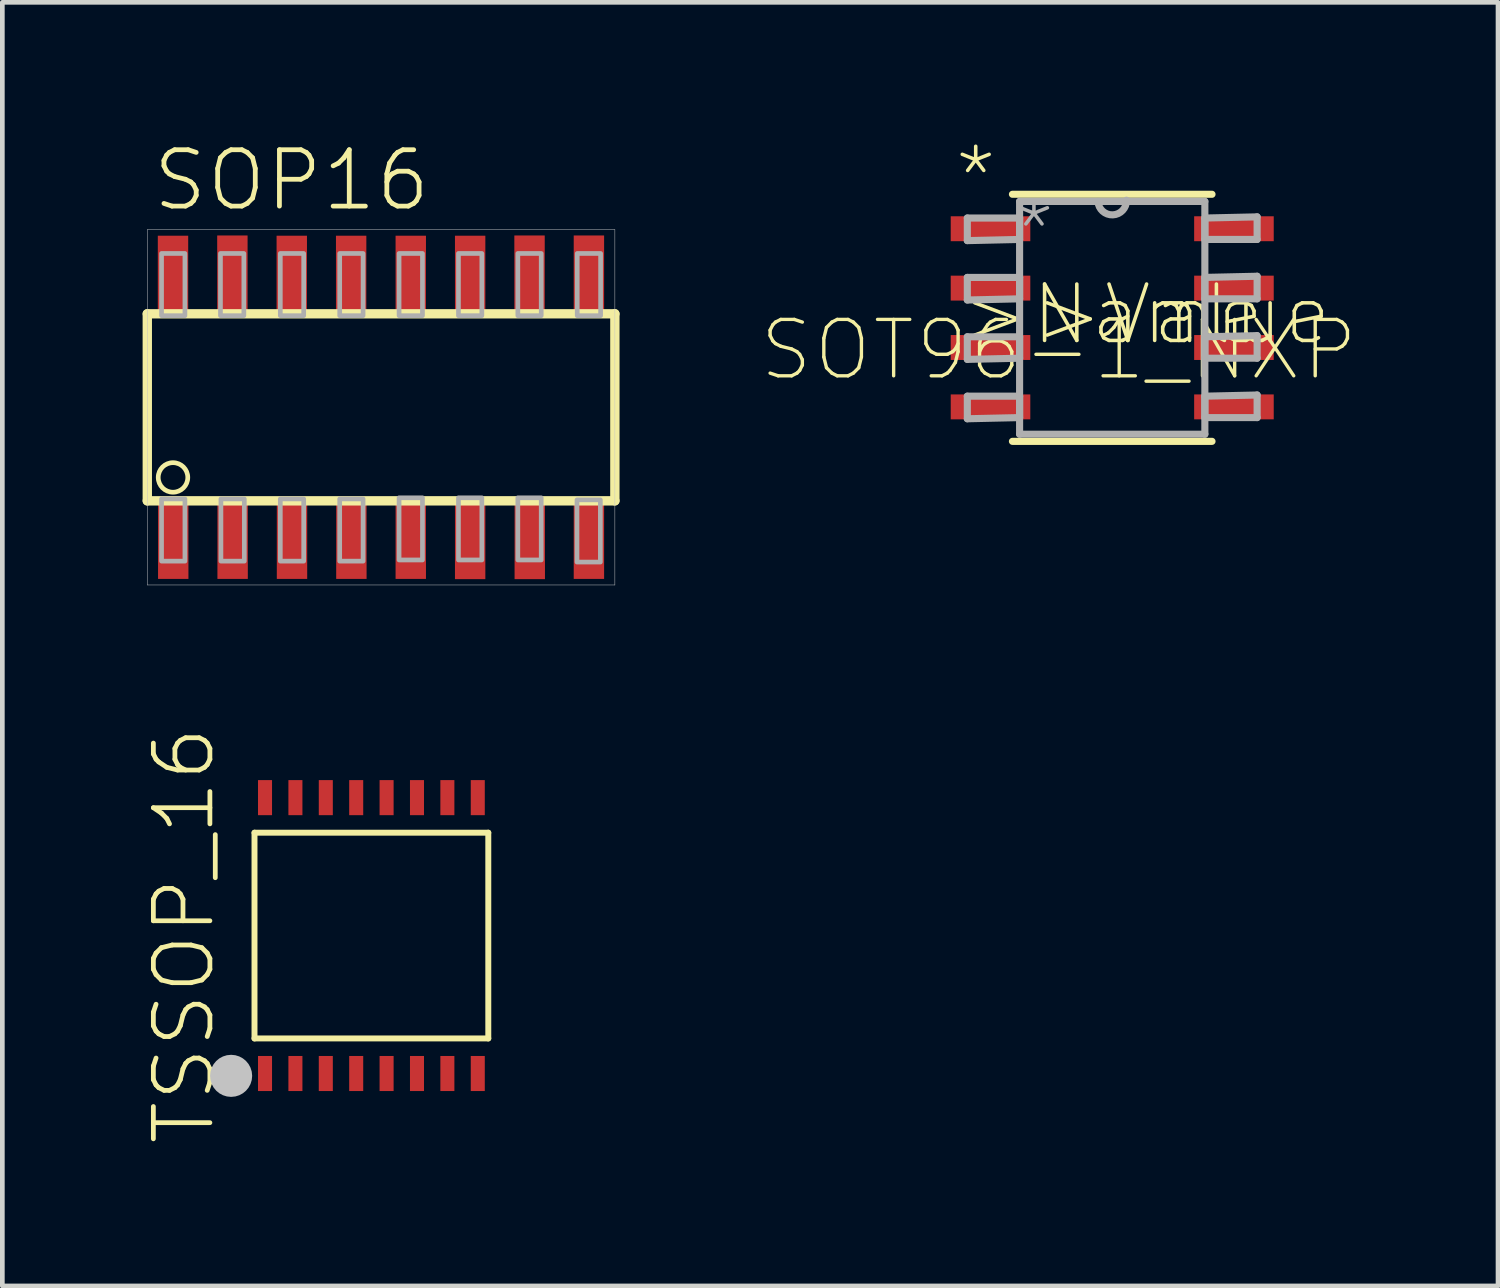
<source format=kicad_pcb>
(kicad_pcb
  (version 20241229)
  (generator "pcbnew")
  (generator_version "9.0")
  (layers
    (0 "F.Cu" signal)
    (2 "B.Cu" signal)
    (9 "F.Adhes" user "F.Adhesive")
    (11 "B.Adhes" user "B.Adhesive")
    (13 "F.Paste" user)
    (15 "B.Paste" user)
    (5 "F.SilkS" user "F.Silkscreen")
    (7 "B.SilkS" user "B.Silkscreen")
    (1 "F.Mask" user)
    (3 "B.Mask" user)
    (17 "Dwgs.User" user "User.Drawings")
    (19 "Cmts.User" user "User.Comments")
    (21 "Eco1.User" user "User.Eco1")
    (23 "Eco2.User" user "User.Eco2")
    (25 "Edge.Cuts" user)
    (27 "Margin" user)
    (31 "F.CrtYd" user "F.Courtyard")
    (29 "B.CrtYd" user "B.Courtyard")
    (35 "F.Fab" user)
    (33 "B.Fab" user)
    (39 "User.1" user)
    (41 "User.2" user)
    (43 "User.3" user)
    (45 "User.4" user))
  (footprint "TSSOP_16"
    (layer "F.Cu")
    (at 4.893 16.959)
    (property "Reference" "TSSOP_16" (at -4.008 0 90) (layer "F.SilkS") (effects (font (size 1.209 1.209) (thickness 0.102))))
    (attr through_hole)
    (fp_line (start -2.5 -2.2) (end 2.5 -2.2) (stroke (width 0.127) (type solid)) (layer "F.SilkS"))
    (fp_line (start -2.5 2.2) (end -2.5 -2.2) (stroke (width 0.127) (type solid)) (layer "F.SilkS"))
    (fp_line (start 2.5 -2.2) (end 2.5 2.2) (stroke (width 0.127) (type solid)) (layer "F.SilkS"))
    (fp_line (start 2.5 2.2) (end -2.5 2.2) (stroke (width 0.127) (type solid)) (layer "F.SilkS"))
    (fp_circle (center -3 3) (end -2.825 3) (stroke (width 0.35) (type solid)) (fill no) (layer "F.SilkS"))
    (fp_circle (center -3 3) (end -2.775 3) (stroke (width 0.45) (type solid)) (fill no) (layer "Dwgs.User"))
    (pad "1" smd rect (at -2.275 2.95) (size 0.3 0.75) (layers "F.Cu" "F.Mask" "F.Paste"))
    (pad "2" smd rect (at -1.625 2.95) (size 0.3 0.75) (layers "F.Cu" "F.Mask" "F.Paste"))
    (pad "3" smd rect (at -0.975 2.95) (size 0.3 0.75) (layers "F.Cu" "F.Mask" "F.Paste"))
    (pad "4" smd rect (at -0.325 2.95) (size 0.3 0.75) (layers "F.Cu" "F.Mask" "F.Paste"))
    (pad "5" smd rect (at 0.325 2.95) (size 0.3 0.75) (layers "F.Cu" "F.Mask" "F.Paste"))
    (pad "6" smd rect (at 0.975 2.95) (size 0.3 0.75) (layers "F.Cu" "F.Mask" "F.Paste"))
    (pad "7" smd rect (at 1.625 2.95) (size 0.3 0.75) (layers "F.Cu" "F.Mask" "F.Paste"))
    (pad "8" smd rect (at 2.275 2.95) (size 0.3 0.75) (layers "F.Cu" "F.Mask" "F.Paste"))
    (pad "9" smd rect (at 2.275 -2.95) (size 0.3 0.75) (layers "F.Cu" "F.Mask" "F.Paste"))
    (pad "10" smd rect (at 1.625 -2.95) (size 0.3 0.75) (layers "F.Cu" "F.Mask" "F.Paste"))
    (pad "11" smd rect (at 0.975 -2.95) (size 0.3 0.75) (layers "F.Cu" "F.Mask" "F.Paste"))
    (pad "12" smd rect (at 0.325 -2.95) (size 0.3 0.75) (layers "F.Cu" "F.Mask" "F.Paste"))
    (pad "13" smd rect (at -0.325 -2.95) (size 0.3 0.75) (layers "F.Cu" "F.Mask" "F.Paste"))
    (pad "14" smd rect (at -0.975 -2.95) (size 0.3 0.75) (layers "F.Cu" "F.Mask" "F.Paste"))
    (pad "15" smd rect (at -1.625 -2.95) (size 0.3 0.75) (layers "F.Cu" "F.Mask" "F.Paste"))
    (pad "16" smd rect (at -2.275 -2.95) (size 0.3 0.75) (layers "F.Cu" "F.Mask" "F.Paste")))
  (footprint "SOT96-1_NXP"
    (layer "F.Cu")
    (at 20.737 3.747)
    (property "Reference" "SOT96-1_NXP" (at -1.143 0.686 0) (layer "F.SilkS") (effects (font (size 1.206 1.206) (thickness 0.072))))
    (attr through_hole)
    (fp_line (start -2.134 2.642) (end 2.134 2.642) (stroke (width 0.152) (type solid)) (layer "F.SilkS"))
    (fp_line (start 2.134 -2.642) (end -2.134 -2.642) (stroke (width 0.152) (type solid)) (layer "F.SilkS"))
    (fp_line (start -3.099 -2.134) (end -3.099 -1.651) (stroke (width 0.152) (type solid)) (layer "F.Fab"))
    (fp_line (start -3.099 -1.651) (end -1.981 -1.676) (stroke (width 0.152) (type solid)) (layer "F.Fab"))
    (fp_line (start -3.099 -0.864) (end -3.099 -0.381) (stroke (width 0.152) (type solid)) (layer "F.Fab"))
    (fp_line (start -3.099 -0.381) (end -1.981 -0.406) (stroke (width 0.152) (type solid)) (layer "F.Fab"))
    (fp_line (start -3.099 0.406) (end -3.099 0.889) (stroke (width 0.152) (type solid)) (layer "F.Fab"))
    (fp_line (start -3.099 0.889) (end -1.981 0.864) (stroke (width 0.152) (type solid)) (layer "F.Fab"))
    (fp_line (start -3.099 1.676) (end -3.099 2.159) (stroke (width 0.152) (type solid)) (layer "F.Fab"))
    (fp_line (start -3.099 2.159) (end -1.981 2.134) (stroke (width 0.152) (type solid)) (layer "F.Fab"))
    (fp_line (start -1.981 -2.489) (end -1.981 2.489) (stroke (width 0.152) (type solid)) (layer "F.Fab"))
    (fp_line (start -1.981 -2.134) (end -3.099 -2.134) (stroke (width 0.152) (type solid)) (layer "F.Fab"))
    (fp_line (start -1.981 -1.676) (end -1.981 -2.134) (stroke (width 0.152) (type solid)) (layer "F.Fab"))
    (fp_line (start -1.981 -0.864) (end -3.099 -0.864) (stroke (width 0.152) (type solid)) (layer "F.Fab"))
    (fp_line (start -1.981 -0.406) (end -1.981 -0.864) (stroke (width 0.152) (type solid)) (layer "F.Fab"))
    (fp_line (start -1.981 0.406) (end -3.099 0.406) (stroke (width 0.152) (type solid)) (layer "F.Fab"))
    (fp_line (start -1.981 0.864) (end -1.981 0.406) (stroke (width 0.152) (type solid)) (layer "F.Fab"))
    (fp_line (start -1.981 1.676) (end -3.099 1.676) (stroke (width 0.152) (type solid)) (layer "F.Fab"))
    (fp_line (start -1.981 2.134) (end -1.981 1.676) (stroke (width 0.152) (type solid)) (layer "F.Fab"))
    (fp_line (start -1.981 2.489) (end 1.981 2.489) (stroke (width 0.152) (type solid)) (layer "F.Fab"))
    (fp_line (start -0.305 -2.489) (end -1.981 -2.489) (stroke (width 0.152) (type solid)) (layer "F.Fab"))
    (fp_line (start 1.981 -2.489) (end -0.305 -2.489) (stroke (width 0.152) (type solid)) (layer "F.Fab"))
    (fp_line (start 1.981 -2.134) (end 1.981 -1.676) (stroke (width 0.152) (type solid)) (layer "F.Fab"))
    (fp_line (start 1.981 -1.676) (end 3.099 -1.676) (stroke (width 0.152) (type solid)) (layer "F.Fab"))
    (fp_line (start 1.981 -0.864) (end 1.981 -0.406) (stroke (width 0.152) (type solid)) (layer "F.Fab"))
    (fp_line (start 1.981 -0.406) (end 3.099 -0.406) (stroke (width 0.152) (type solid)) (layer "F.Fab"))
    (fp_line (start 1.981 0.406) (end 1.981 0.864) (stroke (width 0.152) (type solid)) (layer "F.Fab"))
    (fp_line (start 1.981 0.864) (end 3.099 0.864) (stroke (width 0.152) (type solid)) (layer "F.Fab"))
    (fp_line (start 1.981 1.676) (end 1.981 2.134) (stroke (width 0.152) (type solid)) (layer "F.Fab"))
    (fp_line (start 1.981 2.134) (end 3.099 2.134) (stroke (width 0.152) (type solid)) (layer "F.Fab"))
    (fp_line (start 1.981 2.489) (end 1.981 -2.489) (stroke (width 0.152) (type solid)) (layer "F.Fab"))
    (fp_line (start 3.099 -2.159) (end 1.981 -2.134) (stroke (width 0.152) (type solid)) (layer "F.Fab"))
    (fp_line (start 3.099 -1.676) (end 3.099 -2.159) (stroke (width 0.152) (type solid)) (layer "F.Fab"))
    (fp_line (start 3.099 -0.889) (end 1.981 -0.864) (stroke (width 0.152) (type solid)) (layer "F.Fab"))
    (fp_line (start 3.099 -0.406) (end 3.099 -0.889) (stroke (width 0.152) (type solid)) (layer "F.Fab"))
    (fp_line (start 3.099 0.381) (end 1.981 0.406) (stroke (width 0.152) (type solid)) (layer "F.Fab"))
    (fp_line (start 3.099 0.864) (end 3.099 0.381) (stroke (width 0.152) (type solid)) (layer "F.Fab"))
    (fp_line (start 3.099 1.651) (end 1.981 1.676) (stroke (width 0.152) (type solid)) (layer "F.Fab"))
    (fp_line (start 3.099 2.134) (end 3.099 1.651) (stroke (width 0.152) (type solid)) (layer "F.Fab"))
    (fp_arc (start 0.3048 -2.5146) (mid 0.0127 -2.1971) (end -0.3048 -2.4892) (stroke (width 0.1524) (type solid)) (layer "F.Fab"))
    (fp_text user ">Name" (at -3.277 0.635 0) (layer "F.SilkS") (effects (font (size 1.206 1.206) (thickness 0.076)) (justify left bottom)))
    (fp_text user "*" (at -3.429 -2.311 0) (layer "F.SilkS") (effects (font (size 1.206 1.206) (thickness 0.076)) (justify left bottom)))
    (fp_text user ">Value" (at -1.727 0.635 0) (layer "F.SilkS") (effects (font (size 1.206 1.206) (thickness 0.076)) (justify left bottom)))
    (fp_text user "*" (at -2.184 -1.168 0) (layer "F.Fab") (effects (font (size 1.206 1.206) (thickness 0.076)) (justify left bottom)))
    (pad "1" smd rect (at -2.603 -1.905) (size 1.702 0.533) (layers "F.Cu" "F.Mask" "F.Paste"))
    (pad "2" smd rect (at -2.603 -0.635) (size 1.702 0.533) (layers "F.Cu" "F.Mask" "F.Paste"))
    (pad "3" smd rect (at -2.603 0.635) (size 1.702 0.533) (layers "F.Cu" "F.Mask" "F.Paste"))
    (pad "4" smd rect (at -2.603 1.905) (size 1.702 0.533) (layers "F.Cu" "F.Mask" "F.Paste"))
    (pad "5" smd rect (at 2.603 1.905) (size 1.702 0.533) (layers "F.Cu" "F.Mask" "F.Paste"))
    (pad "6" smd rect (at 2.603 0.635) (size 1.702 0.533) (layers "F.Cu" "F.Mask" "F.Paste"))
    (pad "7" smd rect (at 2.603 -0.635) (size 1.702 0.533) (layers "F.Cu" "F.Mask" "F.Paste"))
    (pad "8" smd rect (at 2.603 -1.905) (size 1.702 0.533) (layers "F.Cu" "F.Mask" "F.Paste")))
  (footprint "SOP16"
    (layer "F.Cu")
    (at 5.1 5.661)
    (property "Reference" "SOP16" (at -4.94 -4.15 0) (layer "F.SilkS") (effects (font (size 1.206 1.206) (thickness 0.102)) (justify left bottom)))
    (attr through_hole)
    (fp_line (start -5 -2) (end 5 -2) (stroke (width 0.2) (type solid)) (layer "F.SilkS"))
    (fp_line (start -5 2) (end -5 -2) (stroke (width 0.2) (type solid)) (layer "F.SilkS"))
    (fp_line (start 5 -2) (end 5 2) (stroke (width 0.2) (type solid)) (layer "F.SilkS"))
    (fp_line (start 5 2) (end -5 2) (stroke (width 0.2) (type solid)) (layer "F.SilkS"))
    (fp_circle (center -4.45 1.5) (end -4.134 1.5) (stroke (width 0.1) (type solid)) (fill no) (layer "F.SilkS"))
    (fp_line (start -5 -3.8) (end 5 -3.8) (stroke (width 0.01) (type solid)) (layer "Dwgs.User"))
    (fp_line (start -5 3.8) (end -5 -3.8) (stroke (width 0.01) (type solid)) (layer "Dwgs.User"))
    (fp_line (start 5 -3.8) (end 5 3.8) (stroke (width 0.01) (type solid)) (layer "Dwgs.User"))
    (fp_line (start 5 3.8) (end -5 3.8) (stroke (width 0.01) (type solid)) (layer "Dwgs.User"))
    (fp_poly (pts (xy -4.695 -1.96) (xy -4.195 -1.96) (xy -4.195 -3.29) (xy -4.695 -3.29)) (stroke (width 0.1) (type solid)) (fill no) (layer "F.Fab"))
    (fp_poly (pts (xy -4.695 3.29) (xy -4.195 3.29) (xy -4.195 1.96) (xy -4.695 1.96)) (stroke (width 0.1) (type solid)) (fill no) (layer "F.Fab"))
    (fp_poly (pts (xy -3.435 -1.96) (xy -2.935 -1.96) (xy -2.935 -3.29) (xy -3.435 -3.29)) (stroke (width 0.1) (type solid)) (fill no) (layer "F.Fab"))
    (fp_poly (pts (xy -3.425 3.29) (xy -2.925 3.29) (xy -2.925 1.96) (xy -3.425 1.96)) (stroke (width 0.1) (type solid)) (fill no) (layer "F.Fab"))
    (fp_poly (pts (xy -2.155 -1.96) (xy -1.655 -1.96) (xy -1.655 -3.29) (xy -2.155 -3.29)) (stroke (width 0.1) (type solid)) (fill no) (layer "F.Fab"))
    (fp_poly (pts (xy -2.155 3.29) (xy -1.655 3.29) (xy -1.655 1.96) (xy -2.155 1.96)) (stroke (width 0.1) (type solid)) (fill no) (layer "F.Fab"))
    (fp_poly (pts (xy -0.885 -1.96) (xy -0.385 -1.96) (xy -0.385 -3.29) (xy -0.885 -3.29)) (stroke (width 0.1) (type solid)) (fill no) (layer "F.Fab"))
    (fp_poly (pts (xy -0.885 3.29) (xy -0.385 3.29) (xy -0.385 1.96) (xy -0.885 1.96)) (stroke (width 0.1) (type solid)) (fill no) (layer "F.Fab"))
    (fp_poly (pts (xy 0.385 -1.96) (xy 0.885 -1.96) (xy 0.885 -3.29) (xy 0.385 -3.29)) (stroke (width 0.1) (type solid)) (fill no) (layer "F.Fab"))
    (fp_poly (pts (xy 0.385 3.265) (xy 0.885 3.265) (xy 0.885 1.935) (xy 0.385 1.935)) (stroke (width 0.1) (type solid)) (fill no) (layer "F.Fab"))
    (fp_poly (pts (xy 1.655 -1.96) (xy 2.155 -1.96) (xy 2.155 -3.29) (xy 1.655 -3.29)) (stroke (width 0.1) (type solid)) (fill no) (layer "F.Fab"))
    (fp_poly (pts (xy 1.655 3.265) (xy 2.155 3.265) (xy 2.155 1.935) (xy 1.655 1.935)) (stroke (width 0.1) (type solid)) (fill no) (layer "F.Fab"))
    (fp_poly (pts (xy 2.925 -1.96) (xy 3.425 -1.96) (xy 3.425 -3.29) (xy 2.925 -3.29)) (stroke (width 0.1) (type solid)) (fill no) (layer "F.Fab"))
    (fp_poly (pts (xy 2.925 3.265) (xy 3.425 3.265) (xy 3.425 1.935) (xy 2.925 1.935)) (stroke (width 0.1) (type solid)) (fill no) (layer "F.Fab"))
    (fp_poly (pts (xy 4.19 3.31) (xy 4.69 3.31) (xy 4.69 1.98) (xy 4.19 1.98)) (stroke (width 0.1) (type solid)) (fill no) (layer "F.Fab"))
    (fp_poly (pts (xy 4.195 -1.96) (xy 4.695 -1.96) (xy 4.695 -3.29) (xy 4.195 -3.29)) (stroke (width 0.1) (type solid)) (fill no) (layer "F.Fab"))
    (pad "1" smd rect (at -4.445 2.795) (size 0.65 1.75) (layers "F.Cu" "F.Mask" "F.Paste"))
    (pad "2" smd rect (at -3.175 2.795) (size 0.65 1.75) (layers "F.Cu" "F.Mask" "F.Paste"))
    (pad "3" smd rect (at -1.905 2.795) (size 0.65 1.75) (layers "F.Cu" "F.Mask" "F.Paste"))
    (pad "4" smd rect (at -0.635 2.795) (size 0.65 1.75) (layers "F.Cu" "F.Mask" "F.Paste"))
    (pad "5" smd rect (at 0.635 2.795) (size 0.65 1.75) (layers "F.Cu" "F.Mask" "F.Paste"))
    (pad "6" smd rect (at 1.905 2.8) (size 0.65 1.75) (layers "F.Cu" "F.Mask" "F.Paste"))
    (pad "7" smd rect (at 3.18 2.8) (size 0.65 1.75) (layers "F.Cu" "F.Mask" "F.Paste"))
    (pad "8" smd rect (at 4.445 2.795) (size 0.65 1.75) (layers "F.Cu" "F.Mask" "F.Paste"))
    (pad "9" smd rect (at 4.445 -2.8) (size 0.65 1.75) (layers "F.Cu" "F.Mask" "F.Paste"))
    (pad "10" smd rect (at 3.175 -2.8) (size 0.65 1.75) (layers "F.Cu" "F.Mask" "F.Paste"))
    (pad "11" smd rect (at 1.905 -2.795) (size 0.65 1.75) (layers "F.Cu" "F.Mask" "F.Paste"))
    (pad "12" smd rect (at 0.635 -2.795) (size 0.65 1.75) (layers "F.Cu" "F.Mask" "F.Paste"))
    (pad "13" smd rect (at -0.64 -2.795) (size 0.65 1.75) (layers "F.Cu" "F.Mask" "F.Paste"))
    (pad "14" smd rect (at -1.91 -2.795) (size 0.65 1.75) (layers "F.Cu" "F.Mask" "F.Paste"))
    (pad "15" smd rect (at -3.18 -2.8) (size 0.65 1.75) (layers "F.Cu" "F.Mask" "F.Paste"))
    (pad "16" smd rect (at -4.45 -2.795) (size 0.65 1.75) (layers "F.Cu" "F.Mask" "F.Paste")))
  (gr_rect
    (start -3 -3)
    (end 28.988 24.452)
    (stroke (width 0.1) (type default))
    (fill no)
    (layer "Edge.Cuts")))
</source>
